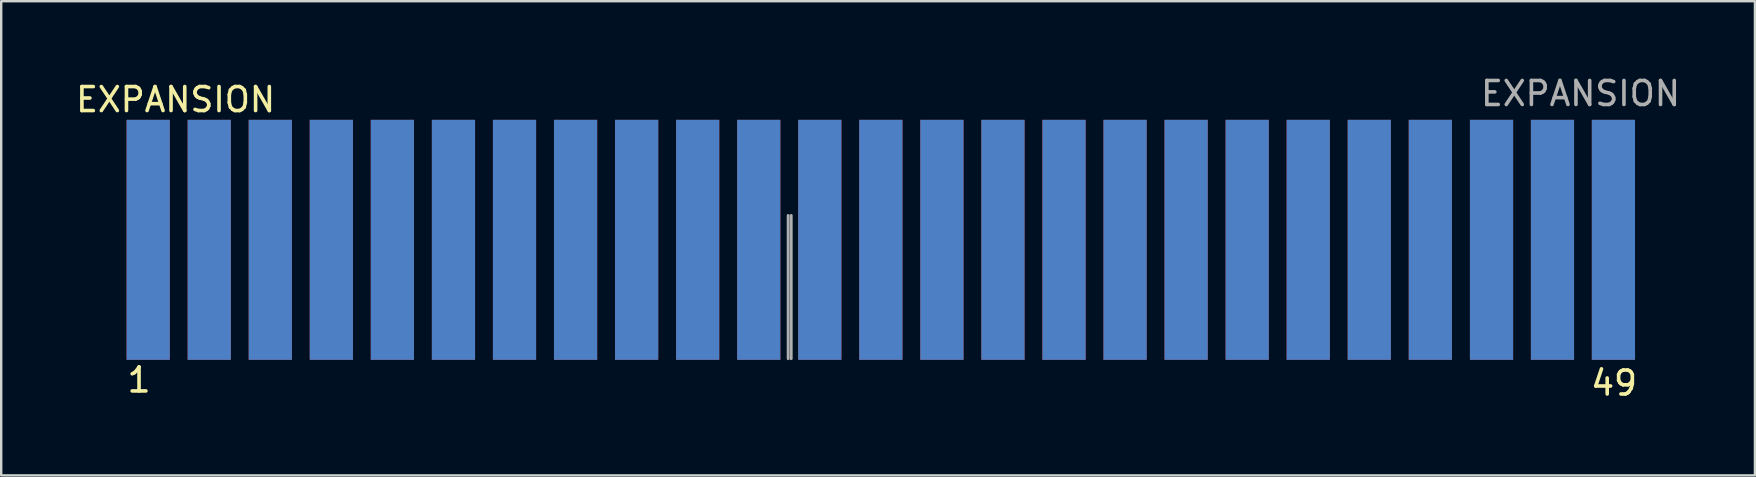
<source format=kicad_pcb>
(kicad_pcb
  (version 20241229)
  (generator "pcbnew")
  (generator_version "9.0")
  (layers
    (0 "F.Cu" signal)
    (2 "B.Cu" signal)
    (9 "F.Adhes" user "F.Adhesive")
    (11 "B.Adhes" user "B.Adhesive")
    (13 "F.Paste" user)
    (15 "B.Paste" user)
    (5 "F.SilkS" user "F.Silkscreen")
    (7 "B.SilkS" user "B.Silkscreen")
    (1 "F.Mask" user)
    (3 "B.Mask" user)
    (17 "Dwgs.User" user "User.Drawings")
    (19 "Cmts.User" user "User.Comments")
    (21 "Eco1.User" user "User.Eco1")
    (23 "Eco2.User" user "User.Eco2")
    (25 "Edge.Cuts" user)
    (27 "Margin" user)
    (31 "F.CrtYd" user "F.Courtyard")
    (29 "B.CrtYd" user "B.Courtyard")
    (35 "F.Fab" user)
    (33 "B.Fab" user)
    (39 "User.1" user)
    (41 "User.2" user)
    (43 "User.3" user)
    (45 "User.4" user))
  (footprint "EXPANSION"
    (layer "F.Cu")
    (at 2.236 11.897)
    (property "Reference" "EXPANSION" (at 2.032 -10.795 0) (unlocked yes) (layer "F.SilkS") (effects (font (size 1 1) (thickness 0.15))))
    (attr through_hole)
    (fp_line (start 27.559 -5.969) (end 27.559 0) (stroke (width 0.12) (type solid)) (layer "F.Fab"))
    (fp_line (start 27.686 0) (end 27.686 -5.969) (stroke (width 0.12) (type solid)) (layer "F.Fab"))
    (fp_text user "49" (at 61.976 1.016 0) (unlocked yes) (layer "F.SilkS") (effects (font (size 1 1) (thickness 0.15))))
    (fp_text user "1" (at 0.508 0.889 0) (unlocked yes) (layer "F.SilkS") (effects (font (size 1 1) (thickness 0.15))))
    (fp_text user "${REFERENCE}" (at 60.579 -11.049 0) (unlocked yes) (layer "F.Fab") (effects (font (size 1 1) (thickness 0.15))))
    (pad "1" connect rect (at 0.889 -4.953) (size 1.8 10) (layers "F.Cu" "F.Mask"))
    (pad "2" connect rect (at 0.889 -4.953 180) (size 1.8 10) (layers "B.Cu" "B.Mask"))
    (pad "3" connect rect (at 3.433 -4.953) (size 1.8 10) (layers "F.Cu" "F.Mask"))
    (pad "4" connect rect (at 3.433 -4.953 180) (size 1.8 10) (layers "B.Cu" "B.Mask"))
    (pad "5" connect rect (at 5.978 -4.953) (size 1.8 10) (layers "F.Cu" "F.Mask"))
    (pad "6" connect rect (at 5.978 -4.953 180) (size 1.8 10) (layers "B.Cu" "B.Mask"))
    (pad "7" connect rect (at 8.522 -4.953) (size 1.8 10) (layers "F.Cu" "F.Mask"))
    (pad "8" connect rect (at 8.522 -4.953 180) (size 1.8 10) (layers "B.Cu" "B.Mask"))
    (pad "9" connect rect (at 11.066 -4.953) (size 1.8 10) (layers "F.Cu" "F.Mask"))
    (pad "10" connect rect (at 11.066 -4.953 180) (size 1.8 10) (layers "B.Cu" "B.Mask"))
    (pad "11" connect rect (at 13.611 -4.953) (size 1.8 10) (layers "F.Cu" "F.Mask"))
    (pad "12" connect rect (at 13.611 -4.953 180) (size 1.8 10) (layers "B.Cu" "B.Mask"))
    (pad "13" connect rect (at 16.155 -4.953) (size 1.8 10) (layers "F.Cu" "F.Mask"))
    (pad "14" connect rect (at 16.155 -4.953 180) (size 1.8 10) (layers "B.Cu" "B.Mask"))
    (pad "15" connect rect (at 18.7 -4.953) (size 1.8 10) (layers "F.Cu" "F.Mask"))
    (pad "16" connect rect (at 18.7 -4.953 180) (size 1.8 10) (layers "B.Cu" "B.Mask"))
    (pad "17" connect rect (at 21.244 -4.953) (size 1.8 10) (layers "F.Cu" "F.Mask"))
    (pad "18" connect rect (at 21.244 -4.953 180) (size 1.8 10) (layers "B.Cu" "B.Mask"))
    (pad "19" connect rect (at 23.788 -4.953) (size 1.8 10) (layers "F.Cu" "F.Mask"))
    (pad "20" connect rect (at 23.788 -4.953 180) (size 1.8 10) (layers "B.Cu" "B.Mask"))
    (pad "21" connect rect (at 26.333 -4.953) (size 1.8 10) (layers "F.Cu" "F.Mask"))
    (pad "22" connect rect (at 26.333 -4.953 180) (size 1.8 10) (layers "B.Cu" "B.Mask"))
    (pad "23" connect rect (at 28.877 -4.953) (size 1.8 10) (layers "F.Cu" "F.Mask"))
    (pad "24" connect rect (at 28.877 -4.953 180) (size 1.8 10) (layers "B.Cu" "B.Mask"))
    (pad "25" connect rect (at 31.421 -4.953) (size 1.8 10) (layers "F.Cu" "F.Mask"))
    (pad "26" connect rect (at 31.421 -4.953 180) (size 1.8 10) (layers "B.Cu" "B.Mask"))
    (pad "27" connect rect (at 33.966 -4.953) (size 1.8 10) (layers "F.Cu" "F.Mask"))
    (pad "28" connect rect (at 33.966 -4.953 180) (size 1.8 10) (layers "B.Cu" "B.Mask"))
    (pad "29" connect rect (at 36.51 -4.953) (size 1.8 10) (layers "F.Cu" "F.Mask"))
    (pad "30" connect rect (at 36.51 -4.953 180) (size 1.8 10) (layers "B.Cu" "B.Mask"))
    (pad "31" connect rect (at 39.055 -4.953) (size 1.8 10) (layers "F.Cu" "F.Mask"))
    (pad "32" connect rect (at 39.055 -4.953 180) (size 1.8 10) (layers "B.Cu" "B.Mask"))
    (pad "33" connect rect (at 41.599 -4.953) (size 1.8 10) (layers "F.Cu" "F.Mask"))
    (pad "34" connect rect (at 41.599 -4.953 180) (size 1.8 10) (layers "B.Cu" "B.Mask"))
    (pad "35" connect rect (at 44.143 -4.953) (size 1.8 10) (layers "F.Cu" "F.Mask"))
    (pad "36" connect rect (at 44.143 -4.953 180) (size 1.8 10) (layers "B.Cu" "B.Mask"))
    (pad "37" connect rect (at 46.688 -4.953) (size 1.8 10) (layers "F.Cu" "F.Mask"))
    (pad "38" connect rect (at 46.688 -4.953 180) (size 1.8 10) (layers "B.Cu" "B.Mask"))
    (pad "39" connect rect (at 49.232 -4.953) (size 1.8 10) (layers "F.Cu" "F.Mask"))
    (pad "40" connect rect (at 49.232 -4.953 180) (size 1.8 10) (layers "B.Cu" "B.Mask"))
    (pad "41" connect rect (at 51.776 -4.953) (size 1.8 10) (layers "F.Cu" "F.Mask"))
    (pad "42" connect rect (at 51.776 -4.953) (size 1.8 10) (layers "B.Cu" "B.Mask"))
    (pad "43" connect rect (at 54.32 -4.953) (size 1.8 10) (layers "F.Cu" "F.Mask"))
    (pad "44" connect rect (at 54.32 -4.953 180) (size 1.8 10) (layers "B.Cu" "B.Mask"))
    (pad "45" connect rect (at 56.87 -4.953) (size 1.8 10) (layers "F.Cu" "F.Mask"))
    (pad "46" connect rect (at 56.87 -4.953 180) (size 1.8 10) (layers "B.Cu" "B.Mask"))
    (pad "47" connect rect (at 59.41 -4.953) (size 1.8 10) (layers "F.Cu" "F.Mask"))
    (pad "48" connect rect (at 59.41 -4.953 180) (size 1.8 10) (layers "B.Cu" "B.Mask"))
    (pad "49" connect rect (at 61.95 -4.953) (size 1.8 10) (layers "F.Cu" "F.Mask"))
    (pad "50" connect rect (at 61.95 -4.953 180) (size 1.8 10) (layers "B.Cu" "B.Mask")))
  (gr_rect
    (start -3 -3)
    (end 70.083 16.762)
    (stroke (width 0.1) (type default))
    (fill no)
    (layer "Edge.Cuts")))
</source>
